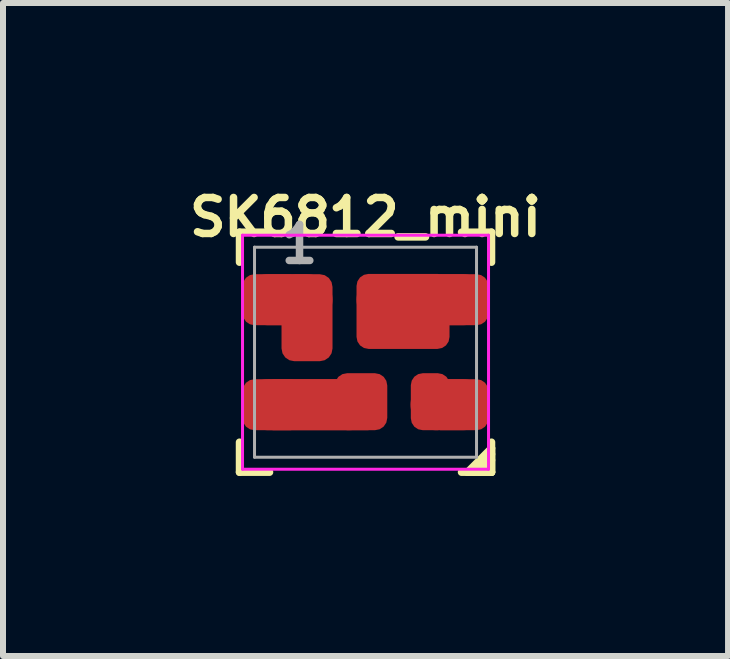
<source format=kicad_pcb>
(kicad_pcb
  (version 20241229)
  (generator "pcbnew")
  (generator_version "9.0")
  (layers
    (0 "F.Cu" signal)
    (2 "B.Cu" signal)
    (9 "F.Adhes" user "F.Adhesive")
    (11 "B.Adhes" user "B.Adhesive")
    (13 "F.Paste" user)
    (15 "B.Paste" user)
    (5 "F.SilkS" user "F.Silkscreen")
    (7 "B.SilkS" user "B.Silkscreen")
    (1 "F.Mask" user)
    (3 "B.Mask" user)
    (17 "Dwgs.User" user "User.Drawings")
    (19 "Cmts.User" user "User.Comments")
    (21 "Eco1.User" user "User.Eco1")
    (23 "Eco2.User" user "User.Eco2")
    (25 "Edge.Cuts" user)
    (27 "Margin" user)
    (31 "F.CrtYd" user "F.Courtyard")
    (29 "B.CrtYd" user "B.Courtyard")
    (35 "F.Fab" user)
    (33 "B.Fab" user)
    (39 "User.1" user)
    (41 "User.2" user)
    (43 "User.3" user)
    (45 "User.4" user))
  (footprint "SK6812_mini"
    (layer "F.Cu")
    (at 3.042 2.82)
    (property "Reference" "SK6812_mini" (at 0 -2.25 0) (layer "F.SilkS") (effects (font (size 0.6 0.6) (thickness 0.125))))
    (attr smd)
    (fp_line (start -2.1 -2) (end -2.1 -1.5) (stroke (width 0.125) (type solid)) (layer "F.SilkS"))
    (fp_line (start -2.1 -2) (end -1.6 -2) (stroke (width 0.125) (type solid)) (layer "F.SilkS"))
    (fp_line (start -2.1 2) (end -2.1 1.5) (stroke (width 0.125) (type solid)) (layer "F.SilkS"))
    (fp_line (start -2.1 2) (end -1.6 2) (stroke (width 0.125) (type solid)) (layer "F.SilkS"))
    (fp_line (start 1.7 2) (end 2.1 1.6) (stroke (width 0.125) (type solid)) (layer "F.SilkS"))
    (fp_line (start 2.1 -2) (end 1.6 -2) (stroke (width 0.125) (type solid)) (layer "F.SilkS"))
    (fp_line (start 2.1 -2) (end 2.1 -1.5) (stroke (width 0.125) (type solid)) (layer "F.SilkS"))
    (fp_line (start 2.1 1.6) (end 2.1 2) (stroke (width 0.125) (type solid)) (layer "F.SilkS"))
    (fp_line (start 2.1 1.7) (end 1.8 2) (stroke (width 0.125) (type solid)) (layer "F.SilkS"))
    (fp_line (start 2.1 1.8) (end 1.9 2) (stroke (width 0.125) (type solid)) (layer "F.SilkS"))
    (fp_line (start 2.1 2) (end 1.6 2) (stroke (width 0.125) (type solid)) (layer "F.SilkS"))
    (fp_line (start 2.1 2) (end 1.7 2) (stroke (width 0.125) (type solid)) (layer "F.SilkS"))
    (fp_line (start 2.1 2) (end 2.1 1.5) (stroke (width 0.125) (type solid)) (layer "F.SilkS"))
    (fp_line (start -2.05 -1.95) (end 2.05 -1.95) (stroke (width 0.05) (type solid)) (layer "F.CrtYd"))
    (fp_line (start -2.05 1.95) (end -2.05 -1.95) (stroke (width 0.05) (type solid)) (layer "F.CrtYd"))
    (fp_line (start 2.05 -1.95) (end 2.05 1.95) (stroke (width 0.05) (type solid)) (layer "F.CrtYd"))
    (fp_line (start 2.05 1.95) (end -2.05 1.95) (stroke (width 0.05) (type solid)) (layer "F.CrtYd"))
    (fp_line (start -1.85 -1.75) (end 1.85 -1.75) (stroke (width 0.05) (type solid)) (layer "F.Fab"))
    (fp_line (start -1.85 1.75) (end -1.85 -1.75) (stroke (width 0.05) (type solid)) (layer "F.Fab"))
    (fp_line (start 1.85 -1.75) (end 1.85 1.75) (stroke (width 0.05) (type solid)) (layer "F.Fab"))
    (fp_line (start 1.85 1.75) (end -1.85 1.75) (stroke (width 0.05) (type solid)) (layer "F.Fab"))
    (fp_text user "1" (at -1.1 -1.8 0) (layer "F.Fab") (effects (font (size 0.6 0.6) (thickness 0.125))))
    (pad "1" smd roundrect (at -1.55 -0.875) (size 1 0.85) (layers "F.Cu" "F.Mask") (roundrect_rratio 0.235))
    (pad "1" smd oval (at -1.3 -0.875) (size 1.5 0.85) (layers "F.Cu" "F.Paste"))
    (pad "1" smd roundrect (at -0.975 -0.575) (size 0.85 1.45) (layers "F.Cu" "F.Mask") (roundrect_rratio 0.25))
    (pad "2" smd roundrect (at -1.55 0.875) (size 1 0.85) (layers "F.Cu" "F.Mask") (roundrect_rratio 0.235))
    (pad "2" smd oval (at -0.95 0.875) (size 2.2 0.85) (layers "F.Cu" "F.Paste"))
    (pad "2" smd rect (at -0.75 0.875) (size 1.6 0.85) (layers "F.Cu" "F.Mask"))
    (pad "2" smd roundrect (at -0.075 0.825) (size 0.875 0.95) (layers "F.Cu" "F.Mask") (roundrect_rratio 0.235))
    (pad "3" smd roundrect (at 1.08 0.825) (size 0.65 0.95) (layers "F.Cu" "F.Mask") (roundrect_rratio 0.307))
    (pad "3" smd oval (at 1.4 0.875) (size 1.3 0.85) (layers "F.Cu" "F.Paste"))
    (pad "3" smd roundrect (at 1.55 0.875) (size 1 0.85) (layers "F.Cu" "F.Mask") (roundrect_rratio 0.235))
    (pad "4" smd roundrect (at 0.625 -0.68) (size 1.55 1.25) (layers "F.Cu" "F.Mask") (roundrect_rratio 0.16))
    (pad "4" smd oval (at 0.95 -0.875) (size 2.2 0.85) (layers "F.Cu" "F.Paste"))
    (pad "4" smd roundrect (at 1.55 -0.875) (size 1 0.85) (layers "F.Cu" "F.Mask") (roundrect_rratio 0.235)))
  (gr_rect
    (start -3 -3)
    (end 9.084 7.883)
    (stroke (width 0.1) (type default))
    (fill no)
    (layer "Edge.Cuts")))
</source>
